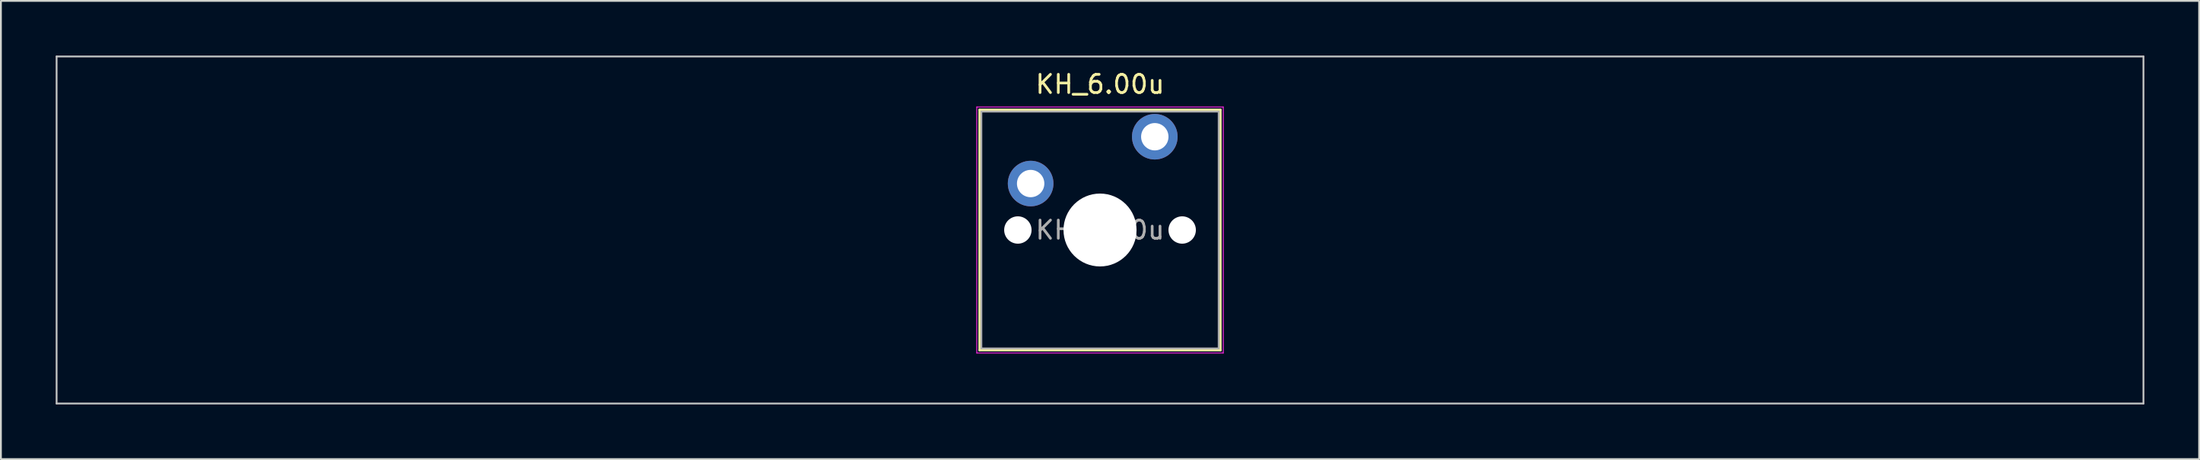
<source format=kicad_pcb>
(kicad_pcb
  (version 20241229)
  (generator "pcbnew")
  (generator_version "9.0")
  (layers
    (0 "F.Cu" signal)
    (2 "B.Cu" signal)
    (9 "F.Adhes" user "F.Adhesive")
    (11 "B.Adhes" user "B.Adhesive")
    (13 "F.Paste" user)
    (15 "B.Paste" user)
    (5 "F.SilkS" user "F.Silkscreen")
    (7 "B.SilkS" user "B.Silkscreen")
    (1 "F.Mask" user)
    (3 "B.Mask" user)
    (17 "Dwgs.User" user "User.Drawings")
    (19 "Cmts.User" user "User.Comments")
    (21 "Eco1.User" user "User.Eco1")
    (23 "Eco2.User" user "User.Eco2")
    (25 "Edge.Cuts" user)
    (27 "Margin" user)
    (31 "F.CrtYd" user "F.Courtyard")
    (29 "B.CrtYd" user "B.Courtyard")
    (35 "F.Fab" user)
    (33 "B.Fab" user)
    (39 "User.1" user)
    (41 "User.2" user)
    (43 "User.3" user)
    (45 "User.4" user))
  (footprint "KH_6.00u"
    (layer "F.Cu")
    (at 57.2 9.575)
    (property "Reference" "KH_6.00u" (at 0 -8 0) (layer "F.SilkS") (effects (font (size 1 1) (thickness 0.15))))
    (attr through_hole)
    (fp_line (start -6.6 -6.6) (end -6.6 6.6) (stroke (width 0.12) (type solid)) (layer "F.SilkS"))
    (fp_line (start -6.6 6.6) (end 6.6 6.6) (stroke (width 0.12) (type solid)) (layer "F.SilkS"))
    (fp_line (start 6.6 -6.6) (end -6.6 -6.6) (stroke (width 0.12) (type solid)) (layer "F.SilkS"))
    (fp_line (start 6.6 6.6) (end 6.6 -6.6) (stroke (width 0.12) (type solid)) (layer "F.SilkS"))
    (fp_line (start -57.15 -9.525) (end -57.15 9.525) (stroke (width 0.1) (type solid)) (layer "Dwgs.User"))
    (fp_line (start -57.15 9.525) (end 57.15 9.525) (stroke (width 0.1) (type solid)) (layer "Dwgs.User"))
    (fp_line (start 57.15 -9.525) (end -57.15 -9.525) (stroke (width 0.1) (type solid)) (layer "Dwgs.User"))
    (fp_line (start 57.15 9.525) (end 57.15 -9.525) (stroke (width 0.1) (type solid)) (layer "Dwgs.User"))
    (fp_line (start -6.1 -6.1) (end -6.1 6.1) (stroke (width 0.1) (type solid)) (layer "Eco1.User"))
    (fp_line (start -6.1 6.1) (end 6.1 6.1) (stroke (width 0.1) (type solid)) (layer "Eco1.User"))
    (fp_line (start 6.1 -6.1) (end -6.1 -6.1) (stroke (width 0.1) (type solid)) (layer "Eco1.User"))
    (fp_line (start 6.1 6.1) (end 6.1 -6.1) (stroke (width 0.1) (type solid)) (layer "Eco1.User"))
    (fp_line (start -6.75 -6.75) (end -6.75 6.75) (stroke (width 0.05) (type solid)) (layer "F.CrtYd"))
    (fp_line (start -6.75 6.75) (end 6.75 6.75) (stroke (width 0.05) (type solid)) (layer "F.CrtYd"))
    (fp_line (start 6.75 -6.75) (end -6.75 -6.75) (stroke (width 0.05) (type solid)) (layer "F.CrtYd"))
    (fp_line (start 6.75 6.75) (end 6.75 -6.75) (stroke (width 0.05) (type solid)) (layer "F.CrtYd"))
    (fp_line (start -6.5 -6.5) (end -6.5 6.5) (stroke (width 0.1) (type solid)) (layer "F.Fab"))
    (fp_line (start -6.5 6.5) (end 6.5 6.5) (stroke (width 0.1) (type solid)) (layer "F.Fab"))
    (fp_line (start 6.5 -6.5) (end -6.5 -6.5) (stroke (width 0.1) (type solid)) (layer "F.Fab"))
    (fp_line (start 6.5 6.5) (end 6.5 -6.5) (stroke (width 0.1) (type solid)) (layer "F.Fab"))
    (fp_text user "${REFERENCE}" (at 0 0 0) (layer "F.Fab") (effects (font (size 1 1) (thickness 0.15))))
    (pad "" np_thru_hole circle (at -4.5 0) (size 1.5 1.5) (drill 1.5) (layers "*.Cu" "*.Mask"))
    (pad "" np_thru_hole circle (at 0 0) (size 4 4) (drill 4) (layers "*.Cu" "*.Mask"))
    (pad "" np_thru_hole circle (at 4.5 0) (size 1.5 1.5) (drill 1.5) (layers "*.Cu" "*.Mask"))
    (pad "1" thru_hole circle (at -3.8 -2.55) (size 2.5 2.5) (drill 1.5) (layers "*.Cu" "*.Mask"))
    (pad "2" thru_hole circle (at 3 -5.12) (size 2.5 2.5) (drill 1.5) (layers "*.Cu" "*.Mask")))
  (gr_rect
    (start -3 -3)
    (end 117.4 22.15)
    (stroke (width 0.1) (type default))
    (fill no)
    (layer "Edge.Cuts")))
</source>
